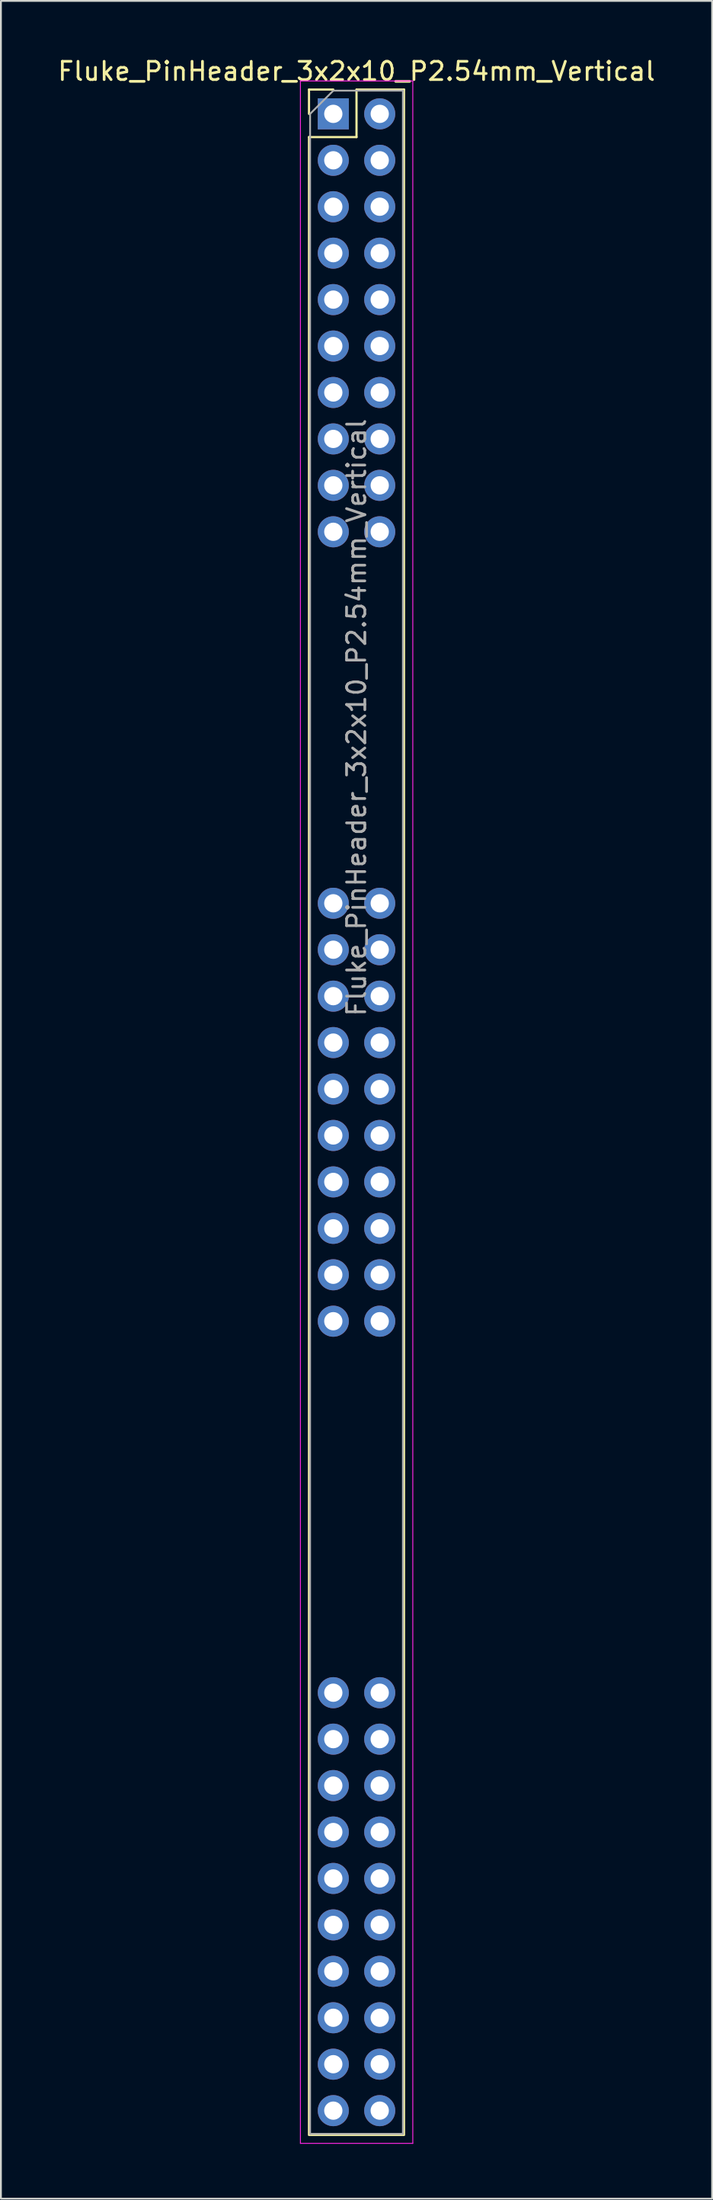
<source format=kicad_pcb>
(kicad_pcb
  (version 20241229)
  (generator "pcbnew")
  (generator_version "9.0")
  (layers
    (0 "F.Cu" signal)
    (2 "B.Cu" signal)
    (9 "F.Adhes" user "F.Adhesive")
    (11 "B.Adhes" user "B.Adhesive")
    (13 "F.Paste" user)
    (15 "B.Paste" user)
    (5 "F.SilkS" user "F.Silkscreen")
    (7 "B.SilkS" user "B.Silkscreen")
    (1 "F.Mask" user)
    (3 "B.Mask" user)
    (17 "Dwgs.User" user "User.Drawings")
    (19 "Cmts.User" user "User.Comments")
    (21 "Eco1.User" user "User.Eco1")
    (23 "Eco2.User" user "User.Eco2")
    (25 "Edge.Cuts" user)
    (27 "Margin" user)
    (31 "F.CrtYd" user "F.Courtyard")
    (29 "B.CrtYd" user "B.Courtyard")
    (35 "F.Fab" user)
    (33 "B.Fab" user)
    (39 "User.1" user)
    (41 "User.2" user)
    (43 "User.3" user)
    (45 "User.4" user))
  (footprint "Fluke_PinHeader_3x2x10_P2.54mm_Vertical"
    (layer "F.Cu")
    (at 15.188 3.178)
    (property "Reference" "Fluke_PinHeader_3x2x10_P2.54mm_Vertical" (at 1.27 -2.33 0) (layer "F.SilkS") (effects (font (size 1 1) (thickness 0.15))))
    (attr through_hole)
    (fp_line (start -1.33 -1.33) (end 0 -1.33) (stroke (width 0.12) (type solid)) (layer "F.SilkS"))
    (fp_line (start -1.33 0) (end -1.33 -1.33) (stroke (width 0.12) (type solid)) (layer "F.SilkS"))
    (fp_line (start -1.33 1.27) (end -1.33 110.49) (stroke (width 0.12) (type solid)) (layer "F.SilkS"))
    (fp_line (start -1.33 1.27) (end 1.27 1.27) (stroke (width 0.12) (type solid)) (layer "F.SilkS"))
    (fp_line (start -1.33 110.55) (end 3.87 110.55) (stroke (width 0.12) (type solid)) (layer "F.SilkS"))
    (fp_line (start 1.27 -1.33) (end 3.87 -1.33) (stroke (width 0.12) (type solid)) (layer "F.SilkS"))
    (fp_line (start 1.27 1.27) (end 1.27 -1.33) (stroke (width 0.12) (type solid)) (layer "F.SilkS"))
    (fp_line (start 3.87 -1.33) (end 3.87 110.49) (stroke (width 0.12) (type solid)) (layer "F.SilkS"))
    (fp_line (start -1.8 -1.8) (end -1.8 111.01) (stroke (width 0.05) (type solid)) (layer "F.CrtYd"))
    (fp_line (start -1.8 111.01) (end 4.35 111.01) (stroke (width 0.05) (type solid)) (layer "F.CrtYd"))
    (fp_line (start 4.35 -1.8) (end -1.8 -1.8) (stroke (width 0.05) (type solid)) (layer "F.CrtYd"))
    (fp_line (start 4.35 111.01) (end 4.35 -1.8) (stroke (width 0.05) (type solid)) (layer "F.CrtYd"))
    (fp_line (start -1.27 0) (end -1.27 110.49) (stroke (width 0.1) (type solid)) (layer "F.Fab"))
    (fp_line (start -1.27 0) (end 0 -1.27) (stroke (width 0.1) (type solid)) (layer "F.Fab"))
    (fp_line (start 0 -1.27) (end 3.81 -1.27) (stroke (width 0.1) (type solid)) (layer "F.Fab"))
    (fp_line (start 3.81 -1.27) (end 3.81 110.49) (stroke (width 0.1) (type solid)) (layer "F.Fab"))
    (fp_line (start 3.81 110.49) (end -1.27 110.49) (stroke (width 0.1) (type solid)) (layer "F.Fab"))
    (fp_text user "${REFERENCE}" (at 1.27 33.02 90) (layer "F.Fab") (effects (font (size 1 1) (thickness 0.15))))
    (pad "1" thru_hole oval (at 2.54 0) (size 1.7 1.7) (drill 1) (layers "*.Cu" "*.Mask"))
    (pad "2" thru_hole oval (at 2.54 2.54) (size 1.7 1.7) (drill 1) (layers "*.Cu" "*.Mask"))
    (pad "3" thru_hole oval (at 2.54 5.08) (size 1.7 1.7) (drill 1) (layers "*.Cu" "*.Mask"))
    (pad "4" thru_hole oval (at 2.54 7.62) (size 1.7 1.7) (drill 1) (layers "*.Cu" "*.Mask"))
    (pad "5" thru_hole oval (at 2.54 10.16) (size 1.7 1.7) (drill 1) (layers "*.Cu" "*.Mask"))
    (pad "6" thru_hole oval (at 2.54 12.7) (size 1.7 1.7) (drill 1) (layers "*.Cu" "*.Mask"))
    (pad "7" thru_hole oval (at 2.54 15.24) (size 1.7 1.7) (drill 1) (layers "*.Cu" "*.Mask"))
    (pad "8" thru_hole oval (at 2.54 17.78) (size 1.7 1.7) (drill 1) (layers "*.Cu" "*.Mask"))
    (pad "9" thru_hole oval (at 2.54 20.32) (size 1.7 1.7) (drill 1) (layers "*.Cu" "*.Mask"))
    (pad "10" thru_hole oval (at 2.54 22.86) (size 1.7 1.7) (drill 1) (layers "*.Cu" "*.Mask"))
    (pad "11" thru_hole oval (at 2.54 43.18) (size 1.7 1.7) (drill 1) (layers "*.Cu" "*.Mask"))
    (pad "12" thru_hole oval (at 2.54 45.72) (size 1.7 1.7) (drill 1) (layers "*.Cu" "*.Mask"))
    (pad "13" thru_hole oval (at 2.54 48.26) (size 1.7 1.7) (drill 1) (layers "*.Cu" "*.Mask"))
    (pad "14" thru_hole oval (at 2.54 50.8) (size 1.7 1.7) (drill 1) (layers "*.Cu" "*.Mask"))
    (pad "15" thru_hole oval (at 2.54 53.34) (size 1.7 1.7) (drill 1) (layers "*.Cu" "*.Mask"))
    (pad "16" thru_hole oval (at 2.54 55.88) (size 1.7 1.7) (drill 1) (layers "*.Cu" "*.Mask"))
    (pad "17" thru_hole oval (at 2.54 58.42) (size 1.7 1.7) (drill 1) (layers "*.Cu" "*.Mask"))
    (pad "18" thru_hole oval (at 2.54 60.96) (size 1.7 1.7) (drill 1) (layers "*.Cu" "*.Mask"))
    (pad "19" thru_hole oval (at 2.54 63.5) (size 1.7 1.7) (drill 1) (layers "*.Cu" "*.Mask"))
    (pad "20" thru_hole oval (at 2.54 66.04) (size 1.7 1.7) (drill 1) (layers "*.Cu" "*.Mask"))
    (pad "21" thru_hole oval (at 2.54 86.36) (size 1.7 1.7) (drill 1) (layers "*.Cu" "*.Mask"))
    (pad "22" thru_hole oval (at 2.54 88.9) (size 1.7 1.7) (drill 1) (layers "*.Cu" "*.Mask"))
    (pad "23" thru_hole oval (at 2.54 91.44) (size 1.7 1.7) (drill 1) (layers "*.Cu" "*.Mask"))
    (pad "24" thru_hole oval (at 2.54 93.98) (size 1.7 1.7) (drill 1) (layers "*.Cu" "*.Mask"))
    (pad "25" thru_hole oval (at 2.54 96.52) (size 1.7 1.7) (drill 1) (layers "*.Cu" "*.Mask"))
    (pad "26" thru_hole oval (at 2.54 99.06) (size 1.7 1.7) (drill 1) (layers "*.Cu" "*.Mask"))
    (pad "27" thru_hole oval (at 2.54 101.6) (size 1.7 1.7) (drill 1) (layers "*.Cu" "*.Mask"))
    (pad "28" thru_hole oval (at 2.54 104.14) (size 1.7 1.7) (drill 1) (layers "*.Cu" "*.Mask"))
    (pad "29" thru_hole oval (at 2.54 106.68) (size 1.7 1.7) (drill 1) (layers "*.Cu" "*.Mask"))
    (pad "30" thru_hole oval (at 2.54 109.22) (size 1.7 1.7) (drill 1) (layers "*.Cu" "*.Mask"))
    (pad "31" thru_hole rect (at 0 0) (size 1.7 1.7) (drill 1) (layers "*.Cu" "*.Mask"))
    (pad "32" thru_hole oval (at 0 2.54) (size 1.7 1.7) (drill 1) (layers "*.Cu" "*.Mask"))
    (pad "33" thru_hole oval (at 0 5.08) (size 1.7 1.7) (drill 1) (layers "*.Cu" "*.Mask"))
    (pad "34" thru_hole oval (at 0 7.62) (size 1.7 1.7) (drill 1) (layers "*.Cu" "*.Mask"))
    (pad "35" thru_hole oval (at 0 10.16) (size 1.7 1.7) (drill 1) (layers "*.Cu" "*.Mask"))
    (pad "36" thru_hole oval (at 0 12.7) (size 1.7 1.7) (drill 1) (layers "*.Cu" "*.Mask"))
    (pad "37" thru_hole oval (at 0 15.24) (size 1.7 1.7) (drill 1) (layers "*.Cu" "*.Mask"))
    (pad "38" thru_hole oval (at 0 17.78) (size 1.7 1.7) (drill 1) (layers "*.Cu" "*.Mask"))
    (pad "39" thru_hole oval (at 0 20.32) (size 1.7 1.7) (drill 1) (layers "*.Cu" "*.Mask"))
    (pad "40" thru_hole oval (at 0 22.86) (size 1.7 1.7) (drill 1) (layers "*.Cu" "*.Mask"))
    (pad "41" thru_hole oval (at 0 43.18) (size 1.7 1.7) (drill 1) (layers "*.Cu" "*.Mask"))
    (pad "42" thru_hole oval (at 0 45.72) (size 1.7 1.7) (drill 1) (layers "*.Cu" "*.Mask"))
    (pad "43" thru_hole oval (at 0 48.26) (size 1.7 1.7) (drill 1) (layers "*.Cu" "*.Mask"))
    (pad "44" thru_hole oval (at 0 50.8) (size 1.7 1.7) (drill 1) (layers "*.Cu" "*.Mask"))
    (pad "45" thru_hole oval (at 0 53.34) (size 1.7 1.7) (drill 1) (layers "*.Cu" "*.Mask"))
    (pad "46" thru_hole oval (at 0 55.88) (size 1.7 1.7) (drill 1) (layers "*.Cu" "*.Mask"))
    (pad "47" thru_hole oval (at 0 58.42) (size 1.7 1.7) (drill 1) (layers "*.Cu" "*.Mask"))
    (pad "48" thru_hole oval (at 0 60.96) (size 1.7 1.7) (drill 1) (layers "*.Cu" "*.Mask"))
    (pad "49" thru_hole oval (at 0 63.5) (size 1.7 1.7) (drill 1) (layers "*.Cu" "*.Mask"))
    (pad "50" thru_hole oval (at 0 66.04) (size 1.7 1.7) (drill 1) (layers "*.Cu" "*.Mask"))
    (pad "51" thru_hole oval (at 0 86.36) (size 1.7 1.7) (drill 1) (layers "*.Cu" "*.Mask"))
    (pad "52" thru_hole oval (at 0 88.9) (size 1.7 1.7) (drill 1) (layers "*.Cu" "*.Mask"))
    (pad "53" thru_hole oval (at 0 91.44) (size 1.7 1.7) (drill 1) (layers "*.Cu" "*.Mask"))
    (pad "54" thru_hole oval (at 0 93.98) (size 1.7 1.7) (drill 1) (layers "*.Cu" "*.Mask"))
    (pad "55" thru_hole oval (at 0 96.52) (size 1.7 1.7) (drill 1) (layers "*.Cu" "*.Mask"))
    (pad "56" thru_hole oval (at 0 99.06) (size 1.7 1.7) (drill 1) (layers "*.Cu" "*.Mask"))
    (pad "57" thru_hole oval (at 0 101.6) (size 1.7 1.7) (drill 1) (layers "*.Cu" "*.Mask"))
    (pad "58" thru_hole oval (at 0 104.14) (size 1.7 1.7) (drill 1) (layers "*.Cu" "*.Mask"))
    (pad "59" thru_hole oval (at 0 106.68) (size 1.7 1.7) (drill 1) (layers "*.Cu" "*.Mask"))
    (pad "60" thru_hole oval (at 0 109.22) (size 1.7 1.7) (drill 1) (layers "*.Cu" "*.Mask")))
  (gr_rect
    (start -3 -3)
    (end 35.917 117.213)
    (stroke (width 0.1) (type default))
    (fill no)
    (layer "Edge.Cuts")))
</source>
